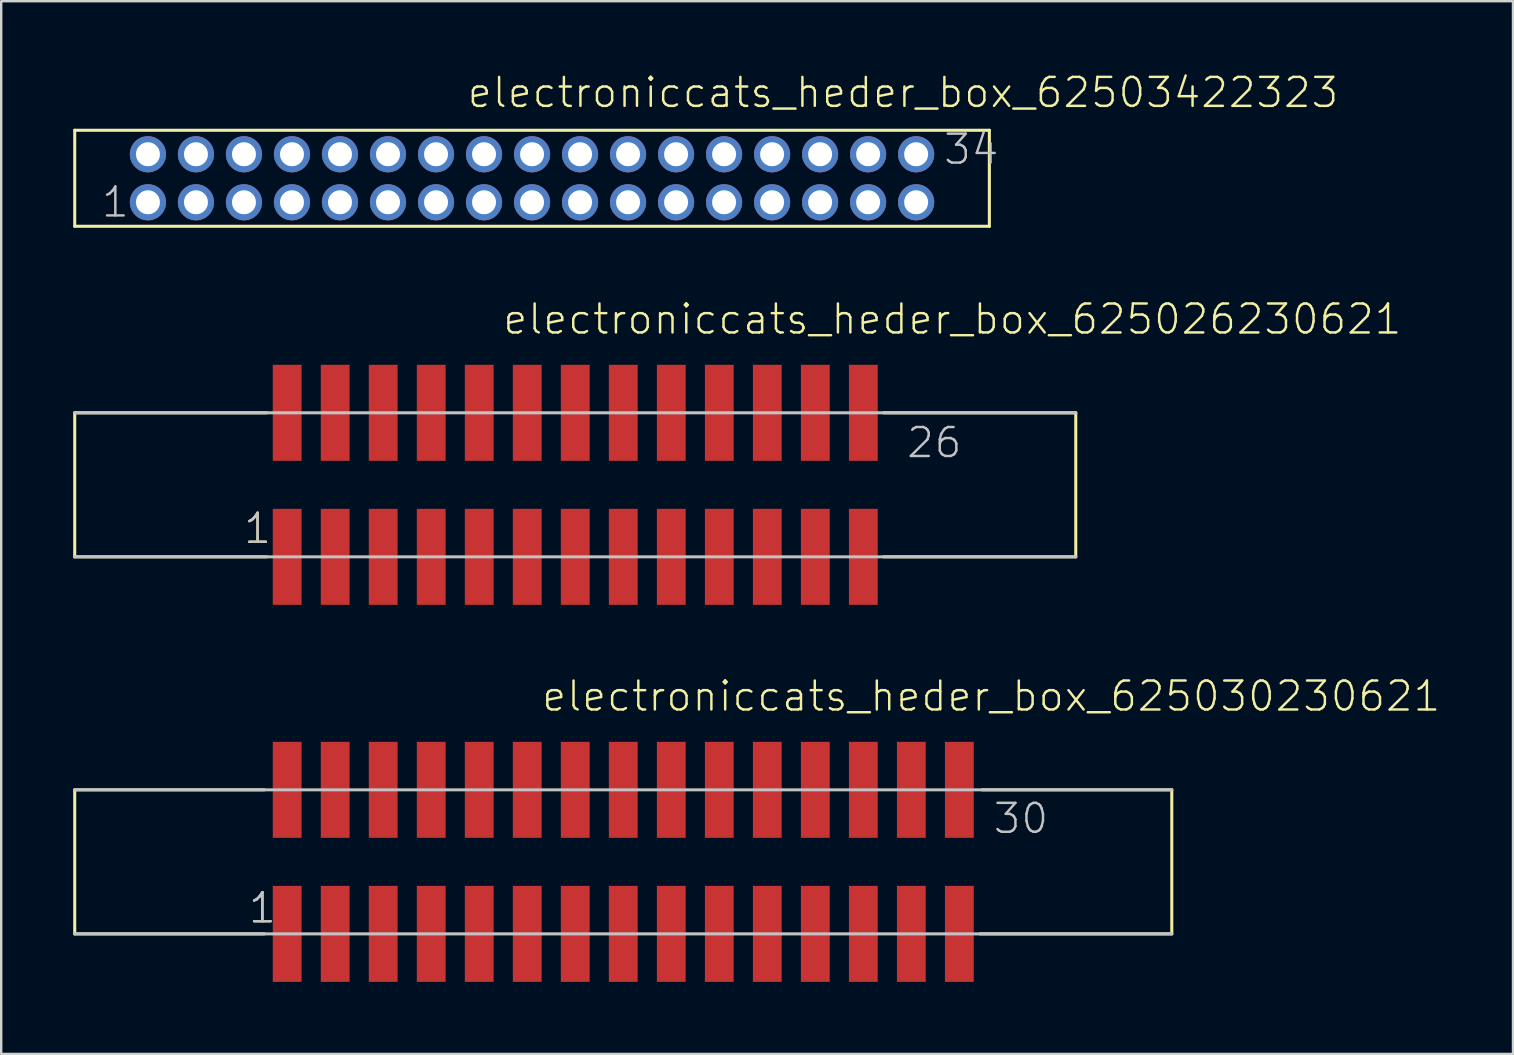
<source format=kicad_pcb>
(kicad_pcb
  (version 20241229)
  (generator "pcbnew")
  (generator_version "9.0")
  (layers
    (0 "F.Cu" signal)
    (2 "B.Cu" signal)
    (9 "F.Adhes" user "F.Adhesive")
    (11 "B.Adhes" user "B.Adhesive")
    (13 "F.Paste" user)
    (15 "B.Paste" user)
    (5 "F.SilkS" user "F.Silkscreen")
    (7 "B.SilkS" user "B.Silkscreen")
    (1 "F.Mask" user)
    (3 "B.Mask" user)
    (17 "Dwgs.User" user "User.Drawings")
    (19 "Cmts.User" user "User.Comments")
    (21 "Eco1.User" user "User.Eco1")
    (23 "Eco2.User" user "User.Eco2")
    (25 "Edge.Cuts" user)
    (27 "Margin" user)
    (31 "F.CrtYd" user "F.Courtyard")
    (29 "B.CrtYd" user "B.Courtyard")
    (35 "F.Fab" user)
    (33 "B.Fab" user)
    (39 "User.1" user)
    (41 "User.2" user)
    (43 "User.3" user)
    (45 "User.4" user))
  (footprint "electroniccats_heder_box_625026230621"
    (layer "F.Cu")
    (at 20.913 17.146)
    (property "Reference" "electroniccats_heder_box_625026230621" (at -3.08 -6.195 0) (layer "F.SilkS") (effects (font (size 1.206 1.206) (thickness 0.102)) (justify left bottom)))
    (attr through_hole)
    (fp_line (start -20.85 -3) (end -20.85 3) (stroke (width 0.127) (type solid)) (layer "F.SilkS"))
    (fp_line (start -12.85 -3) (end -20.85 -3) (stroke (width 0.127) (type solid)) (layer "F.SilkS"))
    (fp_line (start -12.85 3) (end -20.85 3) (stroke (width 0.127) (type solid)) (layer "F.SilkS"))
    (fp_line (start 12.85 -3) (end 20.85 -3) (stroke (width 0.127) (type solid)) (layer "F.SilkS"))
    (fp_line (start 12.85 3) (end 20.85 3) (stroke (width 0.127) (type solid)) (layer "F.SilkS"))
    (fp_line (start 20.85 3) (end 20.85 -3) (stroke (width 0.127) (type solid)) (layer "F.SilkS"))
    (fp_line (start -20.85 3) (end 20.85 3) (stroke (width 0.127) (type solid)) (layer "Dwgs.User"))
    (fp_line (start 20.85 -3) (end -20.85 -3) (stroke (width 0.127) (type solid)) (layer "Dwgs.User"))
    (fp_text user "1" (at -13.875 2.525 0) (layer "F.SilkS") (effects (font (size 1.206 1.206) (thickness 0.102)) (justify left bottom)))
    (fp_text user "1" (at -13.875 2.525 0) (layer "Dwgs.User") (effects (font (size 1.206 1.206) (thickness 0.102)) (justify left bottom)))
    (fp_text user "26" (at 13.74 -1.05 0) (layer "Dwgs.User") (effects (font (size 1.206 1.206) (thickness 0.102)) (justify left bottom)))
    (pad "1" smd rect (at -12 3 180) (size 1.2 4) (layers "F.Cu" "F.Mask" "F.Paste"))
    (pad "2" smd rect (at -12 -3 180) (size 1.2 4) (layers "F.Cu" "F.Mask" "F.Paste"))
    (pad "3" smd rect (at -10 3 180) (size 1.2 4) (layers "F.Cu" "F.Mask" "F.Paste"))
    (pad "4" smd rect (at -10 -3 180) (size 1.2 4) (layers "F.Cu" "F.Mask" "F.Paste"))
    (pad "5" smd rect (at -8 3 180) (size 1.2 4) (layers "F.Cu" "F.Mask" "F.Paste"))
    (pad "6" smd rect (at -8 -3 180) (size 1.2 4) (layers "F.Cu" "F.Mask" "F.Paste"))
    (pad "7" smd rect (at -6 3 180) (size 1.2 4) (layers "F.Cu" "F.Mask" "F.Paste"))
    (pad "8" smd rect (at -6 -3 180) (size 1.2 4) (layers "F.Cu" "F.Mask" "F.Paste"))
    (pad "9" smd rect (at -4 3 180) (size 1.2 4) (layers "F.Cu" "F.Mask" "F.Paste"))
    (pad "10" smd rect (at -4 -3 180) (size 1.2 4) (layers "F.Cu" "F.Mask" "F.Paste"))
    (pad "11" smd rect (at -2 3 180) (size 1.2 4) (layers "F.Cu" "F.Mask" "F.Paste"))
    (pad "12" smd rect (at -2 -3 180) (size 1.2 4) (layers "F.Cu" "F.Mask" "F.Paste"))
    (pad "13" smd rect (at 0 3 180) (size 1.2 4) (layers "F.Cu" "F.Mask" "F.Paste"))
    (pad "14" smd rect (at 0 -3 180) (size 1.2 4) (layers "F.Cu" "F.Mask" "F.Paste"))
    (pad "15" smd rect (at 2 3 180) (size 1.2 4) (layers "F.Cu" "F.Mask" "F.Paste"))
    (pad "16" smd rect (at 2 -3 180) (size 1.2 4) (layers "F.Cu" "F.Mask" "F.Paste"))
    (pad "17" smd rect (at 4 3 180) (size 1.2 4) (layers "F.Cu" "F.Mask" "F.Paste"))
    (pad "18" smd rect (at 4 -3 180) (size 1.2 4) (layers "F.Cu" "F.Mask" "F.Paste"))
    (pad "19" smd rect (at 6 3 180) (size 1.2 4) (layers "F.Cu" "F.Mask" "F.Paste"))
    (pad "20" smd rect (at 6 -3 180) (size 1.2 4) (layers "F.Cu" "F.Mask" "F.Paste"))
    (pad "21" smd rect (at 8 3 180) (size 1.2 4) (layers "F.Cu" "F.Mask" "F.Paste"))
    (pad "22" smd rect (at 8 -3 180) (size 1.2 4) (layers "F.Cu" "F.Mask" "F.Paste"))
    (pad "23" smd rect (at 10 3 180) (size 1.2 4) (layers "F.Cu" "F.Mask" "F.Paste"))
    (pad "24" smd rect (at 10 -3 180) (size 1.2 4) (layers "F.Cu" "F.Mask" "F.Paste"))
    (pad "25" smd rect (at 12 3 180) (size 1.2 4) (layers "F.Cu" "F.Mask" "F.Paste"))
    (pad "26" smd rect (at 12 -3 180) (size 1.2 4) (layers "F.Cu" "F.Mask" "F.Paste")))
  (footprint "electroniccats_heder_box_625030230621"
    (layer "F.Cu")
    (at 22.913 32.852)
    (property "Reference" "electroniccats_heder_box_625030230621" (at -3.46 -6.195 0) (layer "F.SilkS") (effects (font (size 1.206 1.206) (thickness 0.102)) (justify left bottom)))
    (attr through_hole)
    (fp_line (start -22.85 -3) (end -22.85 3) (stroke (width 0.127) (type solid)) (layer "F.SilkS"))
    (fp_line (start -14.95 -3) (end -22.85 -3) (stroke (width 0.127) (type solid)) (layer "F.SilkS"))
    (fp_line (start -14.95 3) (end -22.85 3) (stroke (width 0.127) (type solid)) (layer "F.SilkS"))
    (fp_line (start 14.86 3) (end 22.85 3) (stroke (width 0.127) (type solid)) (layer "F.SilkS"))
    (fp_line (start 14.95 -3) (end 22.85 -3) (stroke (width 0.127) (type solid)) (layer "F.SilkS"))
    (fp_line (start 22.85 3) (end 22.85 -3) (stroke (width 0.127) (type solid)) (layer "F.SilkS"))
    (fp_line (start -22.85 3) (end 22.85 3) (stroke (width 0.127) (type solid)) (layer "Dwgs.User"))
    (fp_line (start 22.85 -3) (end -22.85 -3) (stroke (width 0.127) (type solid)) (layer "Dwgs.User"))
    (fp_text user "1" (at -15.675 2.625 0) (layer "F.SilkS") (effects (font (size 1.206 1.206) (thickness 0.102)) (justify left bottom)))
    (fp_text user "1" (at -15.675 2.625 0) (layer "Dwgs.User") (effects (font (size 1.206 1.206) (thickness 0.102)) (justify left bottom)))
    (fp_text user "30" (at 15.35 -1.1 0) (layer "Dwgs.User") (effects (font (size 1.206 1.206) (thickness 0.102)) (justify left bottom)))
    (pad "1" smd rect (at -14 3 180) (size 1.2 4) (layers "F.Cu" "F.Mask" "F.Paste"))
    (pad "2" smd rect (at -14 -3 180) (size 1.2 4) (layers "F.Cu" "F.Mask" "F.Paste"))
    (pad "3" smd rect (at -12 3 180) (size 1.2 4) (layers "F.Cu" "F.Mask" "F.Paste"))
    (pad "4" smd rect (at -12 -3 180) (size 1.2 4) (layers "F.Cu" "F.Mask" "F.Paste"))
    (pad "5" smd rect (at -10 3 180) (size 1.2 4) (layers "F.Cu" "F.Mask" "F.Paste"))
    (pad "6" smd rect (at -10 -3 180) (size 1.2 4) (layers "F.Cu" "F.Mask" "F.Paste"))
    (pad "7" smd rect (at -8 3 180) (size 1.2 4) (layers "F.Cu" "F.Mask" "F.Paste"))
    (pad "8" smd rect (at -8 -3 180) (size 1.2 4) (layers "F.Cu" "F.Mask" "F.Paste"))
    (pad "9" smd rect (at -6 3 180) (size 1.2 4) (layers "F.Cu" "F.Mask" "F.Paste"))
    (pad "10" smd rect (at -6 -3 180) (size 1.2 4) (layers "F.Cu" "F.Mask" "F.Paste"))
    (pad "11" smd rect (at -4 3 180) (size 1.2 4) (layers "F.Cu" "F.Mask" "F.Paste"))
    (pad "12" smd rect (at -4 -3 180) (size 1.2 4) (layers "F.Cu" "F.Mask" "F.Paste"))
    (pad "13" smd rect (at -2 3 180) (size 1.2 4) (layers "F.Cu" "F.Mask" "F.Paste"))
    (pad "14" smd rect (at -2 -3 180) (size 1.2 4) (layers "F.Cu" "F.Mask" "F.Paste"))
    (pad "15" smd rect (at 0 3 180) (size 1.2 4) (layers "F.Cu" "F.Mask" "F.Paste"))
    (pad "16" smd rect (at 0 -3 180) (size 1.2 4) (layers "F.Cu" "F.Mask" "F.Paste"))
    (pad "17" smd rect (at 2 3 180) (size 1.2 4) (layers "F.Cu" "F.Mask" "F.Paste"))
    (pad "18" smd rect (at 2 -3 180) (size 1.2 4) (layers "F.Cu" "F.Mask" "F.Paste"))
    (pad "19" smd rect (at 4 3 180) (size 1.2 4) (layers "F.Cu" "F.Mask" "F.Paste"))
    (pad "20" smd rect (at 4 -3 180) (size 1.2 4) (layers "F.Cu" "F.Mask" "F.Paste"))
    (pad "21" smd rect (at 6 3 180) (size 1.2 4) (layers "F.Cu" "F.Mask" "F.Paste"))
    (pad "22" smd rect (at 6 -3 180) (size 1.2 4) (layers "F.Cu" "F.Mask" "F.Paste"))
    (pad "23" smd rect (at 8 3 180) (size 1.2 4) (layers "F.Cu" "F.Mask" "F.Paste"))
    (pad "24" smd rect (at 8 -3 180) (size 1.2 4) (layers "F.Cu" "F.Mask" "F.Paste"))
    (pad "25" smd rect (at 10 3 180) (size 1.2 4) (layers "F.Cu" "F.Mask" "F.Paste"))
    (pad "26" smd rect (at 10 -3 180) (size 1.2 4) (layers "F.Cu" "F.Mask" "F.Paste"))
    (pad "27" smd rect (at 12 3 180) (size 1.2 4) (layers "F.Cu" "F.Mask" "F.Paste"))
    (pad "28" smd rect (at 12 -3 180) (size 1.2 4) (layers "F.Cu" "F.Mask" "F.Paste"))
    (pad "29" smd rect (at 14 3 180) (size 1.2 4) (layers "F.Cu" "F.Mask" "F.Paste"))
    (pad "30" smd rect (at 14 -3 180) (size 1.2 4) (layers "F.Cu" "F.Mask" "F.Paste")))
  (footprint "electroniccats_heder_box_62503422323"
    (layer "F.Cu")
    (at 19.113 4.376)
    (property "Reference" "electroniccats_heder_box_62503422323" (at -2.76 -2.865 0) (layer "F.SilkS") (effects (font (size 1.206 1.206) (thickness 0.102)) (justify left bottom)))
    (attr through_hole)
    (fp_line (start -19.05 -2) (end -19.05 2) (stroke (width 0.127) (type solid)) (layer "F.SilkS"))
    (fp_line (start -19.05 2) (end 19.05 2) (stroke (width 0.127) (type solid)) (layer "F.SilkS"))
    (fp_line (start 19.05 -2) (end -19.05 -2) (stroke (width 0.127) (type solid)) (layer "F.SilkS"))
    (fp_line (start 19.05 2) (end 19.05 -2) (stroke (width 0.127) (type solid)) (layer "F.SilkS"))
    (fp_text user "34" (at 17.08 -0.5 0) (layer "Dwgs.User") (effects (font (size 1.206 1.206) (thickness 0.102)) (justify left bottom)))
    (fp_text user "1" (at -18 1.7 0) (layer "Dwgs.User") (effects (font (size 1.206 1.206) (thickness 0.102)) (justify left bottom)))
    (pad "1" thru_hole circle (at -16 1) (size 1.508 1.508) (drill 1) (layers "*.Cu" "*.Mask"))
    (pad "2" thru_hole circle (at -16 -1) (size 1.508 1.508) (drill 1) (layers "*.Cu" "*.Mask"))
    (pad "3" thru_hole circle (at -14 1) (size 1.508 1.508) (drill 1) (layers "*.Cu" "*.Mask"))
    (pad "4" thru_hole circle (at -14 -1) (size 1.508 1.508) (drill 1) (layers "*.Cu" "*.Mask"))
    (pad "5" thru_hole circle (at -12 1) (size 1.508 1.508) (drill 1) (layers "*.Cu" "*.Mask"))
    (pad "6" thru_hole circle (at -12 -1) (size 1.508 1.508) (drill 1) (layers "*.Cu" "*.Mask"))
    (pad "7" thru_hole circle (at -10 1) (size 1.508 1.508) (drill 1) (layers "*.Cu" "*.Mask"))
    (pad "8" thru_hole circle (at -10 -1) (size 1.508 1.508) (drill 1) (layers "*.Cu" "*.Mask"))
    (pad "9" thru_hole circle (at -8 1) (size 1.508 1.508) (drill 1) (layers "*.Cu" "*.Mask"))
    (pad "10" thru_hole circle (at -8 -1) (size 1.508 1.508) (drill 1) (layers "*.Cu" "*.Mask"))
    (pad "11" thru_hole circle (at -6 1) (size 1.508 1.508) (drill 1) (layers "*.Cu" "*.Mask"))
    (pad "12" thru_hole circle (at -6 -1) (size 1.508 1.508) (drill 1) (layers "*.Cu" "*.Mask"))
    (pad "13" thru_hole circle (at -4 1) (size 1.508 1.508) (drill 1) (layers "*.Cu" "*.Mask"))
    (pad "14" thru_hole circle (at -4 -1) (size 1.508 1.508) (drill 1) (layers "*.Cu" "*.Mask"))
    (pad "15" thru_hole circle (at -2 1) (size 1.508 1.508) (drill 1) (layers "*.Cu" "*.Mask"))
    (pad "16" thru_hole circle (at -2 -1) (size 1.508 1.508) (drill 1) (layers "*.Cu" "*.Mask"))
    (pad "17" thru_hole circle (at 0 1) (size 1.508 1.508) (drill 1) (layers "*.Cu" "*.Mask"))
    (pad "18" thru_hole circle (at 0 -1) (size 1.508 1.508) (drill 1) (layers "*.Cu" "*.Mask"))
    (pad "19" thru_hole circle (at 2 1) (size 1.508 1.508) (drill 1) (layers "*.Cu" "*.Mask"))
    (pad "20" thru_hole circle (at 2 -1) (size 1.508 1.508) (drill 1) (layers "*.Cu" "*.Mask"))
    (pad "21" thru_hole circle (at 4 1) (size 1.508 1.508) (drill 1) (layers "*.Cu" "*.Mask"))
    (pad "22" thru_hole circle (at 4 -1) (size 1.508 1.508) (drill 1) (layers "*.Cu" "*.Mask"))
    (pad "23" thru_hole circle (at 6 1) (size 1.508 1.508) (drill 1) (layers "*.Cu" "*.Mask"))
    (pad "24" thru_hole circle (at 6 -1) (size 1.508 1.508) (drill 1) (layers "*.Cu" "*.Mask"))
    (pad "25" thru_hole circle (at 8 1) (size 1.508 1.508) (drill 1) (layers "*.Cu" "*.Mask"))
    (pad "26" thru_hole circle (at 8 -1) (size 1.508 1.508) (drill 1) (layers "*.Cu" "*.Mask"))
    (pad "27" thru_hole circle (at 10 1) (size 1.508 1.508) (drill 1) (layers "*.Cu" "*.Mask"))
    (pad "28" thru_hole circle (at 10 -1) (size 1.508 1.508) (drill 1) (layers "*.Cu" "*.Mask"))
    (pad "29" thru_hole circle (at 12 1) (size 1.508 1.508) (drill 1) (layers "*.Cu" "*.Mask"))
    (pad "30" thru_hole circle (at 12 -1) (size 1.508 1.508) (drill 1) (layers "*.Cu" "*.Mask"))
    (pad "31" thru_hole circle (at 14 1) (size 1.508 1.508) (drill 1) (layers "*.Cu" "*.Mask"))
    (pad "32" thru_hole circle (at 14 -1) (size 1.508 1.508) (drill 1) (layers "*.Cu" "*.Mask"))
    (pad "33" thru_hole circle (at 16 1) (size 1.508 1.508) (drill 1) (layers "*.Cu" "*.Mask"))
    (pad "34" thru_hole circle (at 16 -1) (size 1.508 1.508) (drill 1) (layers "*.Cu" "*.Mask")))
  (gr_rect
    (start -3 -3)
    (end 59.976 40.852)
    (stroke (width 0.1) (type default))
    (fill no)
    (layer "Edge.Cuts")))
</source>
